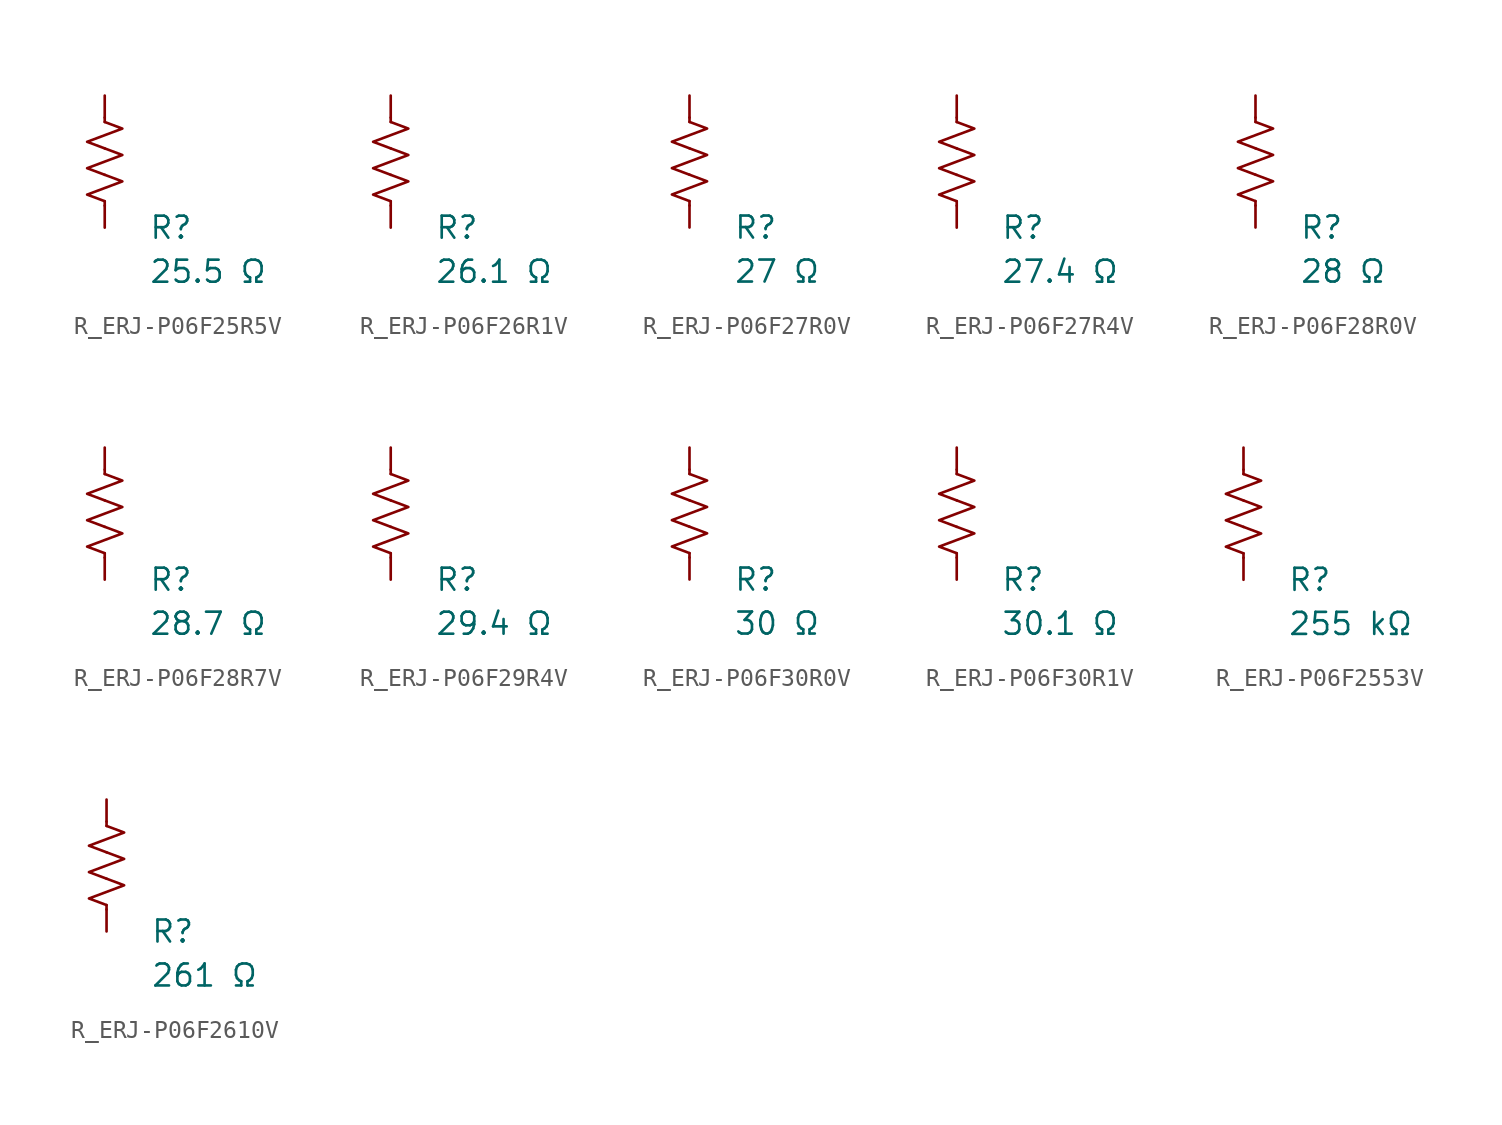
<source format=kicad_sym>
(kicad_symbol_lib
  (version 20231120)
  (generator "kicad_symbol_editor")
  (generator_version "8.0")
  (symbol "R_ERJ-P06F25R5V"
    (pin_numbers hide)
    (pin_names
      (offset 0))
    (property "Reference" "R"
      (at 2.54 -3.81 0)
      (effects (font (size 1.27 1.27)) (justify left))
      (show_name no))
    (property "Value" "25.5 Ω"
      (at 2.54 -6.35 0)
      (effects (font (size 1.27 1.27)) (justify left))
      (show_name no))
    (symbol "R_ERJ-P06F25R5V_0_1"
      (polyline (pts (xy 0 -2.286) (xy 0 -2.54)) (stroke (width 0) (type default)) (fill (type none)))
      (polyline (pts (xy 0 2.286) (xy 0 2.54)) (stroke (width 0) (type default)) (fill (type none)))
      (polyline (pts (xy 0 -0.762) (xy 1.016 -1.143) (xy 0 -1.524) (xy -1.016 -1.905) (xy 0 -2.286)) (stroke (width 0) (type default)) (fill (type none)))
      (polyline (pts (xy 0 0.762) (xy 1.016 0.381) (xy 0 0) (xy -1.016 -0.381) (xy 0 -0.762)) (stroke (width 0) (type default)) (fill (type none)))
      (polyline (pts (xy 0 2.286) (xy 1.016 1.905) (xy 0 1.524) (xy -1.016 1.143) (xy 0 0.762)) (stroke (width 0) (type default)) (fill (type none))))
    (symbol "R_ERJ-P06F25R5V_1_1"
      (pin passive line (at 0 3.81 270) (length 1.27) (name "~" (effects (font (size 1.27 1.27)))) (number "1" (effects (font (size 1.27 1.27)))))
      (pin passive line (at 0 -3.81 90) (length 1.27) (name "~" (effects (font (size 1.27 1.27)))) (number "2" (effects (font (size 1.27 1.27)))))))
  (symbol "R_ERJ-P06F26R1V"
    (pin_numbers hide)
    (pin_names
      (offset 0))
    (property "Reference" "R"
      (at 2.54 -3.81 0)
      (effects (font (size 1.27 1.27)) (justify left))
      (show_name no))
    (property "Value" "26.1 Ω"
      (at 2.54 -6.35 0)
      (effects (font (size 1.27 1.27)) (justify left))
      (show_name no))
    (symbol "R_ERJ-P06F26R1V_0_1"
      (polyline (pts (xy 0 -2.286) (xy 0 -2.54)) (stroke (width 0) (type default)) (fill (type none)))
      (polyline (pts (xy 0 2.286) (xy 0 2.54)) (stroke (width 0) (type default)) (fill (type none)))
      (polyline (pts (xy 0 -0.762) (xy 1.016 -1.143) (xy 0 -1.524) (xy -1.016 -1.905) (xy 0 -2.286)) (stroke (width 0) (type default)) (fill (type none)))
      (polyline (pts (xy 0 0.762) (xy 1.016 0.381) (xy 0 0) (xy -1.016 -0.381) (xy 0 -0.762)) (stroke (width 0) (type default)) (fill (type none)))
      (polyline (pts (xy 0 2.286) (xy 1.016 1.905) (xy 0 1.524) (xy -1.016 1.143) (xy 0 0.762)) (stroke (width 0) (type default)) (fill (type none))))
    (symbol "R_ERJ-P06F26R1V_1_1"
      (pin passive line (at 0 3.81 270) (length 1.27) (name "~" (effects (font (size 1.27 1.27)))) (number "1" (effects (font (size 1.27 1.27)))))
      (pin passive line (at 0 -3.81 90) (length 1.27) (name "~" (effects (font (size 1.27 1.27)))) (number "2" (effects (font (size 1.27 1.27)))))))
  (symbol "R_ERJ-P06F27R0V"
    (pin_numbers hide)
    (pin_names
      (offset 0))
    (property "Reference" "R"
      (at 2.54 -3.81 0)
      (effects (font (size 1.27 1.27)) (justify left))
      (show_name no))
    (property "Value" "27 Ω"
      (at 2.54 -6.35 0)
      (effects (font (size 1.27 1.27)) (justify left))
      (show_name no))
    (symbol "R_ERJ-P06F27R0V_0_1"
      (polyline (pts (xy 0 -2.286) (xy 0 -2.54)) (stroke (width 0) (type default)) (fill (type none)))
      (polyline (pts (xy 0 2.286) (xy 0 2.54)) (stroke (width 0) (type default)) (fill (type none)))
      (polyline (pts (xy 0 -0.762) (xy 1.016 -1.143) (xy 0 -1.524) (xy -1.016 -1.905) (xy 0 -2.286)) (stroke (width 0) (type default)) (fill (type none)))
      (polyline (pts (xy 0 0.762) (xy 1.016 0.381) (xy 0 0) (xy -1.016 -0.381) (xy 0 -0.762)) (stroke (width 0) (type default)) (fill (type none)))
      (polyline (pts (xy 0 2.286) (xy 1.016 1.905) (xy 0 1.524) (xy -1.016 1.143) (xy 0 0.762)) (stroke (width 0) (type default)) (fill (type none))))
    (symbol "R_ERJ-P06F27R0V_1_1"
      (pin passive line (at 0 3.81 270) (length 1.27) (name "~" (effects (font (size 1.27 1.27)))) (number "1" (effects (font (size 1.27 1.27)))))
      (pin passive line (at 0 -3.81 90) (length 1.27) (name "~" (effects (font (size 1.27 1.27)))) (number "2" (effects (font (size 1.27 1.27)))))))
  (symbol "R_ERJ-P06F27R4V"
    (pin_numbers hide)
    (pin_names
      (offset 0))
    (property "Reference" "R"
      (at 2.54 -3.81 0)
      (effects (font (size 1.27 1.27)) (justify left))
      (show_name no))
    (property "Value" "27.4 Ω"
      (at 2.54 -6.35 0)
      (effects (font (size 1.27 1.27)) (justify left))
      (show_name no))
    (symbol "R_ERJ-P06F27R4V_0_1"
      (polyline (pts (xy 0 -2.286) (xy 0 -2.54)) (stroke (width 0) (type default)) (fill (type none)))
      (polyline (pts (xy 0 2.286) (xy 0 2.54)) (stroke (width 0) (type default)) (fill (type none)))
      (polyline (pts (xy 0 -0.762) (xy 1.016 -1.143) (xy 0 -1.524) (xy -1.016 -1.905) (xy 0 -2.286)) (stroke (width 0) (type default)) (fill (type none)))
      (polyline (pts (xy 0 0.762) (xy 1.016 0.381) (xy 0 0) (xy -1.016 -0.381) (xy 0 -0.762)) (stroke (width 0) (type default)) (fill (type none)))
      (polyline (pts (xy 0 2.286) (xy 1.016 1.905) (xy 0 1.524) (xy -1.016 1.143) (xy 0 0.762)) (stroke (width 0) (type default)) (fill (type none))))
    (symbol "R_ERJ-P06F27R4V_1_1"
      (pin passive line (at 0 3.81 270) (length 1.27) (name "~" (effects (font (size 1.27 1.27)))) (number "1" (effects (font (size 1.27 1.27)))))
      (pin passive line (at 0 -3.81 90) (length 1.27) (name "~" (effects (font (size 1.27 1.27)))) (number "2" (effects (font (size 1.27 1.27)))))))
  (symbol "R_ERJ-P06F28R0V"
    (pin_numbers hide)
    (pin_names
      (offset 0))
    (property "Reference" "R"
      (at 2.54 -3.81 0)
      (effects (font (size 1.27 1.27)) (justify left))
      (show_name no))
    (property "Value" "28 Ω"
      (at 2.54 -6.35 0)
      (effects (font (size 1.27 1.27)) (justify left))
      (show_name no))
    (symbol "R_ERJ-P06F28R0V_0_1"
      (polyline (pts (xy 0 -2.286) (xy 0 -2.54)) (stroke (width 0) (type default)) (fill (type none)))
      (polyline (pts (xy 0 2.286) (xy 0 2.54)) (stroke (width 0) (type default)) (fill (type none)))
      (polyline (pts (xy 0 -0.762) (xy 1.016 -1.143) (xy 0 -1.524) (xy -1.016 -1.905) (xy 0 -2.286)) (stroke (width 0) (type default)) (fill (type none)))
      (polyline (pts (xy 0 0.762) (xy 1.016 0.381) (xy 0 0) (xy -1.016 -0.381) (xy 0 -0.762)) (stroke (width 0) (type default)) (fill (type none)))
      (polyline (pts (xy 0 2.286) (xy 1.016 1.905) (xy 0 1.524) (xy -1.016 1.143) (xy 0 0.762)) (stroke (width 0) (type default)) (fill (type none))))
    (symbol "R_ERJ-P06F28R0V_1_1"
      (pin passive line (at 0 3.81 270) (length 1.27) (name "~" (effects (font (size 1.27 1.27)))) (number "1" (effects (font (size 1.27 1.27)))))
      (pin passive line (at 0 -3.81 90) (length 1.27) (name "~" (effects (font (size 1.27 1.27)))) (number "2" (effects (font (size 1.27 1.27)))))))
  (symbol "R_ERJ-P06F28R7V"
    (pin_numbers hide)
    (pin_names
      (offset 0))
    (property "Reference" "R"
      (at 2.54 -3.81 0)
      (effects (font (size 1.27 1.27)) (justify left))
      (show_name no))
    (property "Value" "28.7 Ω"
      (at 2.54 -6.35 0)
      (effects (font (size 1.27 1.27)) (justify left))
      (show_name no))
    (symbol "R_ERJ-P06F28R7V_0_1"
      (polyline (pts (xy 0 -2.286) (xy 0 -2.54)) (stroke (width 0) (type default)) (fill (type none)))
      (polyline (pts (xy 0 2.286) (xy 0 2.54)) (stroke (width 0) (type default)) (fill (type none)))
      (polyline (pts (xy 0 -0.762) (xy 1.016 -1.143) (xy 0 -1.524) (xy -1.016 -1.905) (xy 0 -2.286)) (stroke (width 0) (type default)) (fill (type none)))
      (polyline (pts (xy 0 0.762) (xy 1.016 0.381) (xy 0 0) (xy -1.016 -0.381) (xy 0 -0.762)) (stroke (width 0) (type default)) (fill (type none)))
      (polyline (pts (xy 0 2.286) (xy 1.016 1.905) (xy 0 1.524) (xy -1.016 1.143) (xy 0 0.762)) (stroke (width 0) (type default)) (fill (type none))))
    (symbol "R_ERJ-P06F28R7V_1_1"
      (pin passive line (at 0 3.81 270) (length 1.27) (name "~" (effects (font (size 1.27 1.27)))) (number "1" (effects (font (size 1.27 1.27)))))
      (pin passive line (at 0 -3.81 90) (length 1.27) (name "~" (effects (font (size 1.27 1.27)))) (number "2" (effects (font (size 1.27 1.27)))))))
  (symbol "R_ERJ-P06F29R4V"
    (pin_numbers hide)
    (pin_names
      (offset 0))
    (property "Reference" "R"
      (at 2.54 -3.81 0)
      (effects (font (size 1.27 1.27)) (justify left))
      (show_name no))
    (property "Value" "29.4 Ω"
      (at 2.54 -6.35 0)
      (effects (font (size 1.27 1.27)) (justify left))
      (show_name no))
    (symbol "R_ERJ-P06F29R4V_0_1"
      (polyline (pts (xy 0 -2.286) (xy 0 -2.54)) (stroke (width 0) (type default)) (fill (type none)))
      (polyline (pts (xy 0 2.286) (xy 0 2.54)) (stroke (width 0) (type default)) (fill (type none)))
      (polyline (pts (xy 0 -0.762) (xy 1.016 -1.143) (xy 0 -1.524) (xy -1.016 -1.905) (xy 0 -2.286)) (stroke (width 0) (type default)) (fill (type none)))
      (polyline (pts (xy 0 0.762) (xy 1.016 0.381) (xy 0 0) (xy -1.016 -0.381) (xy 0 -0.762)) (stroke (width 0) (type default)) (fill (type none)))
      (polyline (pts (xy 0 2.286) (xy 1.016 1.905) (xy 0 1.524) (xy -1.016 1.143) (xy 0 0.762)) (stroke (width 0) (type default)) (fill (type none))))
    (symbol "R_ERJ-P06F29R4V_1_1"
      (pin passive line (at 0 3.81 270) (length 1.27) (name "~" (effects (font (size 1.27 1.27)))) (number "1" (effects (font (size 1.27 1.27)))))
      (pin passive line (at 0 -3.81 90) (length 1.27) (name "~" (effects (font (size 1.27 1.27)))) (number "2" (effects (font (size 1.27 1.27)))))))
  (symbol "R_ERJ-P06F30R0V"
    (pin_numbers hide)
    (pin_names
      (offset 0))
    (property "Reference" "R"
      (at 2.54 -3.81 0)
      (effects (font (size 1.27 1.27)) (justify left))
      (show_name no))
    (property "Value" "30 Ω"
      (at 2.54 -6.35 0)
      (effects (font (size 1.27 1.27)) (justify left))
      (show_name no))
    (symbol "R_ERJ-P06F30R0V_0_1"
      (polyline (pts (xy 0 -2.286) (xy 0 -2.54)) (stroke (width 0) (type default)) (fill (type none)))
      (polyline (pts (xy 0 2.286) (xy 0 2.54)) (stroke (width 0) (type default)) (fill (type none)))
      (polyline (pts (xy 0 -0.762) (xy 1.016 -1.143) (xy 0 -1.524) (xy -1.016 -1.905) (xy 0 -2.286)) (stroke (width 0) (type default)) (fill (type none)))
      (polyline (pts (xy 0 0.762) (xy 1.016 0.381) (xy 0 0) (xy -1.016 -0.381) (xy 0 -0.762)) (stroke (width 0) (type default)) (fill (type none)))
      (polyline (pts (xy 0 2.286) (xy 1.016 1.905) (xy 0 1.524) (xy -1.016 1.143) (xy 0 0.762)) (stroke (width 0) (type default)) (fill (type none))))
    (symbol "R_ERJ-P06F30R0V_1_1"
      (pin passive line (at 0 3.81 270) (length 1.27) (name "~" (effects (font (size 1.27 1.27)))) (number "1" (effects (font (size 1.27 1.27)))))
      (pin passive line (at 0 -3.81 90) (length 1.27) (name "~" (effects (font (size 1.27 1.27)))) (number "2" (effects (font (size 1.27 1.27)))))))
  (symbol "R_ERJ-P06F30R1V"
    (pin_numbers hide)
    (pin_names
      (offset 0))
    (property "Reference" "R"
      (at 2.54 -3.81 0)
      (effects (font (size 1.27 1.27)) (justify left))
      (show_name no))
    (property "Value" "30.1 Ω"
      (at 2.54 -6.35 0)
      (effects (font (size 1.27 1.27)) (justify left))
      (show_name no))
    (symbol "R_ERJ-P06F30R1V_0_1"
      (polyline (pts (xy 0 -2.286) (xy 0 -2.54)) (stroke (width 0) (type default)) (fill (type none)))
      (polyline (pts (xy 0 2.286) (xy 0 2.54)) (stroke (width 0) (type default)) (fill (type none)))
      (polyline (pts (xy 0 -0.762) (xy 1.016 -1.143) (xy 0 -1.524) (xy -1.016 -1.905) (xy 0 -2.286)) (stroke (width 0) (type default)) (fill (type none)))
      (polyline (pts (xy 0 0.762) (xy 1.016 0.381) (xy 0 0) (xy -1.016 -0.381) (xy 0 -0.762)) (stroke (width 0) (type default)) (fill (type none)))
      (polyline (pts (xy 0 2.286) (xy 1.016 1.905) (xy 0 1.524) (xy -1.016 1.143) (xy 0 0.762)) (stroke (width 0) (type default)) (fill (type none))))
    (symbol "R_ERJ-P06F30R1V_1_1"
      (pin passive line (at 0 3.81 270) (length 1.27) (name "~" (effects (font (size 1.27 1.27)))) (number "1" (effects (font (size 1.27 1.27)))))
      (pin passive line (at 0 -3.81 90) (length 1.27) (name "~" (effects (font (size 1.27 1.27)))) (number "2" (effects (font (size 1.27 1.27)))))))
  (symbol "R_ERJ-P06F2553V"
    (pin_numbers hide)
    (pin_names
      (offset 0))
    (property "Reference" "R"
      (at 2.54 -3.81 0)
      (effects (font (size 1.27 1.27)) (justify left))
      (show_name no))
    (property "Value" "255 kΩ"
      (at 2.54 -6.35 0)
      (effects (font (size 1.27 1.27)) (justify left))
      (show_name no))
    (symbol "R_ERJ-P06F2553V_0_1"
      (polyline (pts (xy 0 -2.286) (xy 0 -2.54)) (stroke (width 0) (type default)) (fill (type none)))
      (polyline (pts (xy 0 2.286) (xy 0 2.54)) (stroke (width 0) (type default)) (fill (type none)))
      (polyline (pts (xy 0 -0.762) (xy 1.016 -1.143) (xy 0 -1.524) (xy -1.016 -1.905) (xy 0 -2.286)) (stroke (width 0) (type default)) (fill (type none)))
      (polyline (pts (xy 0 0.762) (xy 1.016 0.381) (xy 0 0) (xy -1.016 -0.381) (xy 0 -0.762)) (stroke (width 0) (type default)) (fill (type none)))
      (polyline (pts (xy 0 2.286) (xy 1.016 1.905) (xy 0 1.524) (xy -1.016 1.143) (xy 0 0.762)) (stroke (width 0) (type default)) (fill (type none))))
    (symbol "R_ERJ-P06F2553V_1_1"
      (pin passive line (at 0 3.81 270) (length 1.27) (name "~" (effects (font (size 1.27 1.27)))) (number "1" (effects (font (size 1.27 1.27)))))
      (pin passive line (at 0 -3.81 90) (length 1.27) (name "~" (effects (font (size 1.27 1.27)))) (number "2" (effects (font (size 1.27 1.27)))))))
  (symbol "R_ERJ-P06F2610V"
    (pin_numbers hide)
    (pin_names
      (offset 0))
    (property "Reference" "R"
      (at 2.54 -3.81 0)
      (effects (font (size 1.27 1.27)) (justify left))
      (show_name no))
    (property "Value" "261 Ω"
      (at 2.54 -6.35 0)
      (effects (font (size 1.27 1.27)) (justify left))
      (show_name no))
    (symbol "R_ERJ-P06F2610V_0_1"
      (polyline (pts (xy 0 -2.286) (xy 0 -2.54)) (stroke (width 0) (type default)) (fill (type none)))
      (polyline (pts (xy 0 2.286) (xy 0 2.54)) (stroke (width 0) (type default)) (fill (type none)))
      (polyline (pts (xy 0 -0.762) (xy 1.016 -1.143) (xy 0 -1.524) (xy -1.016 -1.905) (xy 0 -2.286)) (stroke (width 0) (type default)) (fill (type none)))
      (polyline (pts (xy 0 0.762) (xy 1.016 0.381) (xy 0 0) (xy -1.016 -0.381) (xy 0 -0.762)) (stroke (width 0) (type default)) (fill (type none)))
      (polyline (pts (xy 0 2.286) (xy 1.016 1.905) (xy 0 1.524) (xy -1.016 1.143) (xy 0 0.762)) (stroke (width 0) (type default)) (fill (type none))))
    (symbol "R_ERJ-P06F2610V_1_1"
      (pin passive line (at 0 3.81 270) (length 1.27) (name "~" (effects (font (size 1.27 1.27)))) (number "1" (effects (font (size 1.27 1.27)))))
      (pin passive line (at 0 -3.81 90) (length 1.27) (name "~" (effects (font (size 1.27 1.27)))) (number "2" (effects (font (size 1.27 1.27))))))))
</source>
